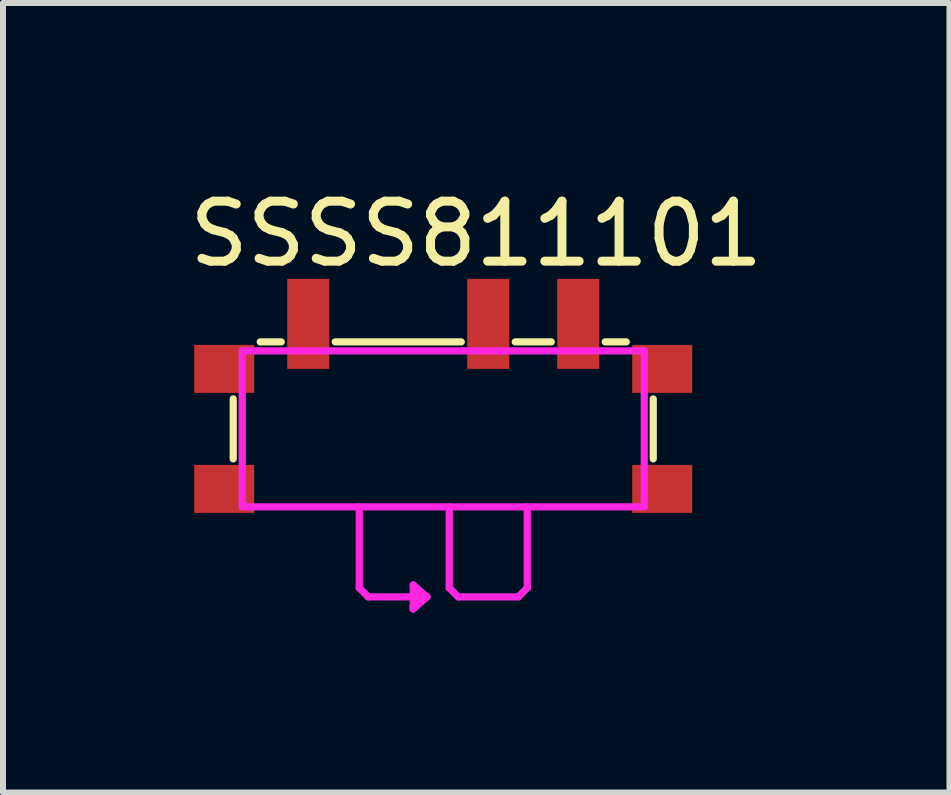
<source format=kicad_pcb>
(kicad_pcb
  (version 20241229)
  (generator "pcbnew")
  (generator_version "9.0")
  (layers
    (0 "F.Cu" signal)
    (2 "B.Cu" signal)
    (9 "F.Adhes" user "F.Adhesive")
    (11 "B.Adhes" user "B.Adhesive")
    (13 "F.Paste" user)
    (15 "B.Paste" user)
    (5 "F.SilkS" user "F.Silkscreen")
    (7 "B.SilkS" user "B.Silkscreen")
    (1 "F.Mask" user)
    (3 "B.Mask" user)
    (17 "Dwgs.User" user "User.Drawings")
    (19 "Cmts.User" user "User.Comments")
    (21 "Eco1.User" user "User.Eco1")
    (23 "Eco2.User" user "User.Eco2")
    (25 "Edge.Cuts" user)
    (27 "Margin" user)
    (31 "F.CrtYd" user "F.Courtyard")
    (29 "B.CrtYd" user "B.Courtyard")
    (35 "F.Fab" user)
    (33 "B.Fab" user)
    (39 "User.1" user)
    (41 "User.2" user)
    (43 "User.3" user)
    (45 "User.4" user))
  (footprint "SSSS811101"
    (layer "F.Cu")
    (at 4.337 4.098)
    (property "Reference" "SSSS811101" (at 0.55 -3.25 0) (unlocked yes) (layer "F.SilkS") (effects (font (size 1 1) (thickness 0.15))))
    (attr smd)
    (fp_line (start -3.5 -0.5) (end -3.5 0.5) (stroke (width 0.12) (type solid)) (layer "F.SilkS"))
    (fp_line (start -3.05 -1.45) (end -2.7 -1.45) (stroke (width 0.12) (type solid)) (layer "F.SilkS"))
    (fp_line (start -1.8 -1.45) (end 0.3 -1.45) (stroke (width 0.12) (type solid)) (layer "F.SilkS"))
    (fp_line (start 1.2 -1.45) (end 1.8 -1.45) (stroke (width 0.12) (type solid)) (layer "F.SilkS"))
    (fp_line (start 2.7 -1.45) (end 3.05 -1.45) (stroke (width 0.12) (type solid)) (layer "F.SilkS"))
    (fp_line (start 3.5 -0.5) (end 3.5 0.5) (stroke (width 0.12) (type solid)) (layer "F.SilkS"))
    (fp_line (start -1.4 2.65) (end -1.4 1.3) (stroke (width 0.12) (type solid)) (layer "F.CrtYd"))
    (fp_line (start -1.25 2.8) (end -1.4 2.65) (stroke (width 0.12) (type solid)) (layer "F.CrtYd"))
    (fp_line (start -1.25 2.8) (end -0.275 2.8) (stroke (width 0.12) (type solid)) (layer "F.CrtYd"))
    (fp_line (start -0.5 2.6) (end -0.5 2.95) (stroke (width 0.12) (type solid)) (layer "F.CrtYd"))
    (fp_line (start -0.5 2.95) (end -0.275 2.8) (stroke (width 0.12) (type solid)) (layer "F.CrtYd"))
    (fp_line (start -0.5 3) (end -0.5 2.95) (stroke (width 0.12) (type solid)) (layer "F.CrtYd"))
    (fp_line (start -0.5 3) (end -0.275 2.8) (stroke (width 0.12) (type solid)) (layer "F.CrtYd"))
    (fp_line (start -0.45 2.75) (end -0.5 3) (stroke (width 0.12) (type solid)) (layer "F.CrtYd"))
    (fp_line (start -0.275 2.8) (end -0.5 2.6) (stroke (width 0.12) (type solid)) (layer "F.CrtYd"))
    (fp_line (start -0.275 2.8) (end -0.45 2.75) (stroke (width 0.12) (type solid)) (layer "F.CrtYd"))
    (fp_line (start 0.1 2.65) (end 0.1 1.3) (stroke (width 0.12) (type solid)) (layer "F.CrtYd"))
    (fp_line (start 0.25 2.8) (end 0.1 2.65) (stroke (width 0.12) (type solid)) (layer "F.CrtYd"))
    (fp_line (start 1.25 2.8) (end 0.25 2.8) (stroke (width 0.12) (type solid)) (layer "F.CrtYd"))
    (fp_line (start 1.25 2.8) (end 1.4 2.65) (stroke (width 0.12) (type solid)) (layer "F.CrtYd"))
    (fp_line (start 1.4 2.65) (end 1.4 1.3) (stroke (width 0.12) (type solid)) (layer "F.CrtYd"))
    (fp_rect (start -3.35 -1.3) (end 3.35 1.3) (stroke (width 0.12) (type solid)) (fill no) (layer "F.CrtYd"))
    (pad "" smd rect (at -3.65 -1) (size 1 0.8) (layers "F.Cu" "F.Mask" "F.Paste"))
    (pad "" smd rect (at -3.65 1) (size 1 0.8) (layers "F.Cu" "F.Mask" "F.Paste"))
    (pad "" np_thru_hole circle (at -1.5 0) (size 0.001 0.001) (drill 0.9) (layers "*.Cu" "*.Mask"))
    (pad "" np_thru_hole circle (at 1.5 0) (size 0.001 0.001) (drill 0.9) (layers "*.Cu" "*.Mask"))
    (pad "" smd rect (at 3.65 -1) (size 1 0.8) (layers "F.Cu" "F.Mask" "F.Paste"))
    (pad "" smd rect (at 3.65 1) (size 1 0.8) (layers "F.Cu" "F.Mask" "F.Paste"))
    (pad "1" smd rect (at -2.25 -1.75) (size 0.7 1.5) (layers "F.Cu" "F.Mask" "F.Paste"))
    (pad "2" smd rect (at 0.75 -1.75) (size 0.7 1.5) (layers "F.Cu" "F.Mask" "F.Paste"))
    (pad "3" smd rect (at 2.25 -1.75) (size 0.7 1.5) (layers "F.Cu" "F.Mask" "F.Paste")))
  (gr_rect
    (start -3 -3)
    (end 12.774 10.158)
    (stroke (width 0.1) (type default))
    (fill no)
    (layer "Edge.Cuts")))
</source>
